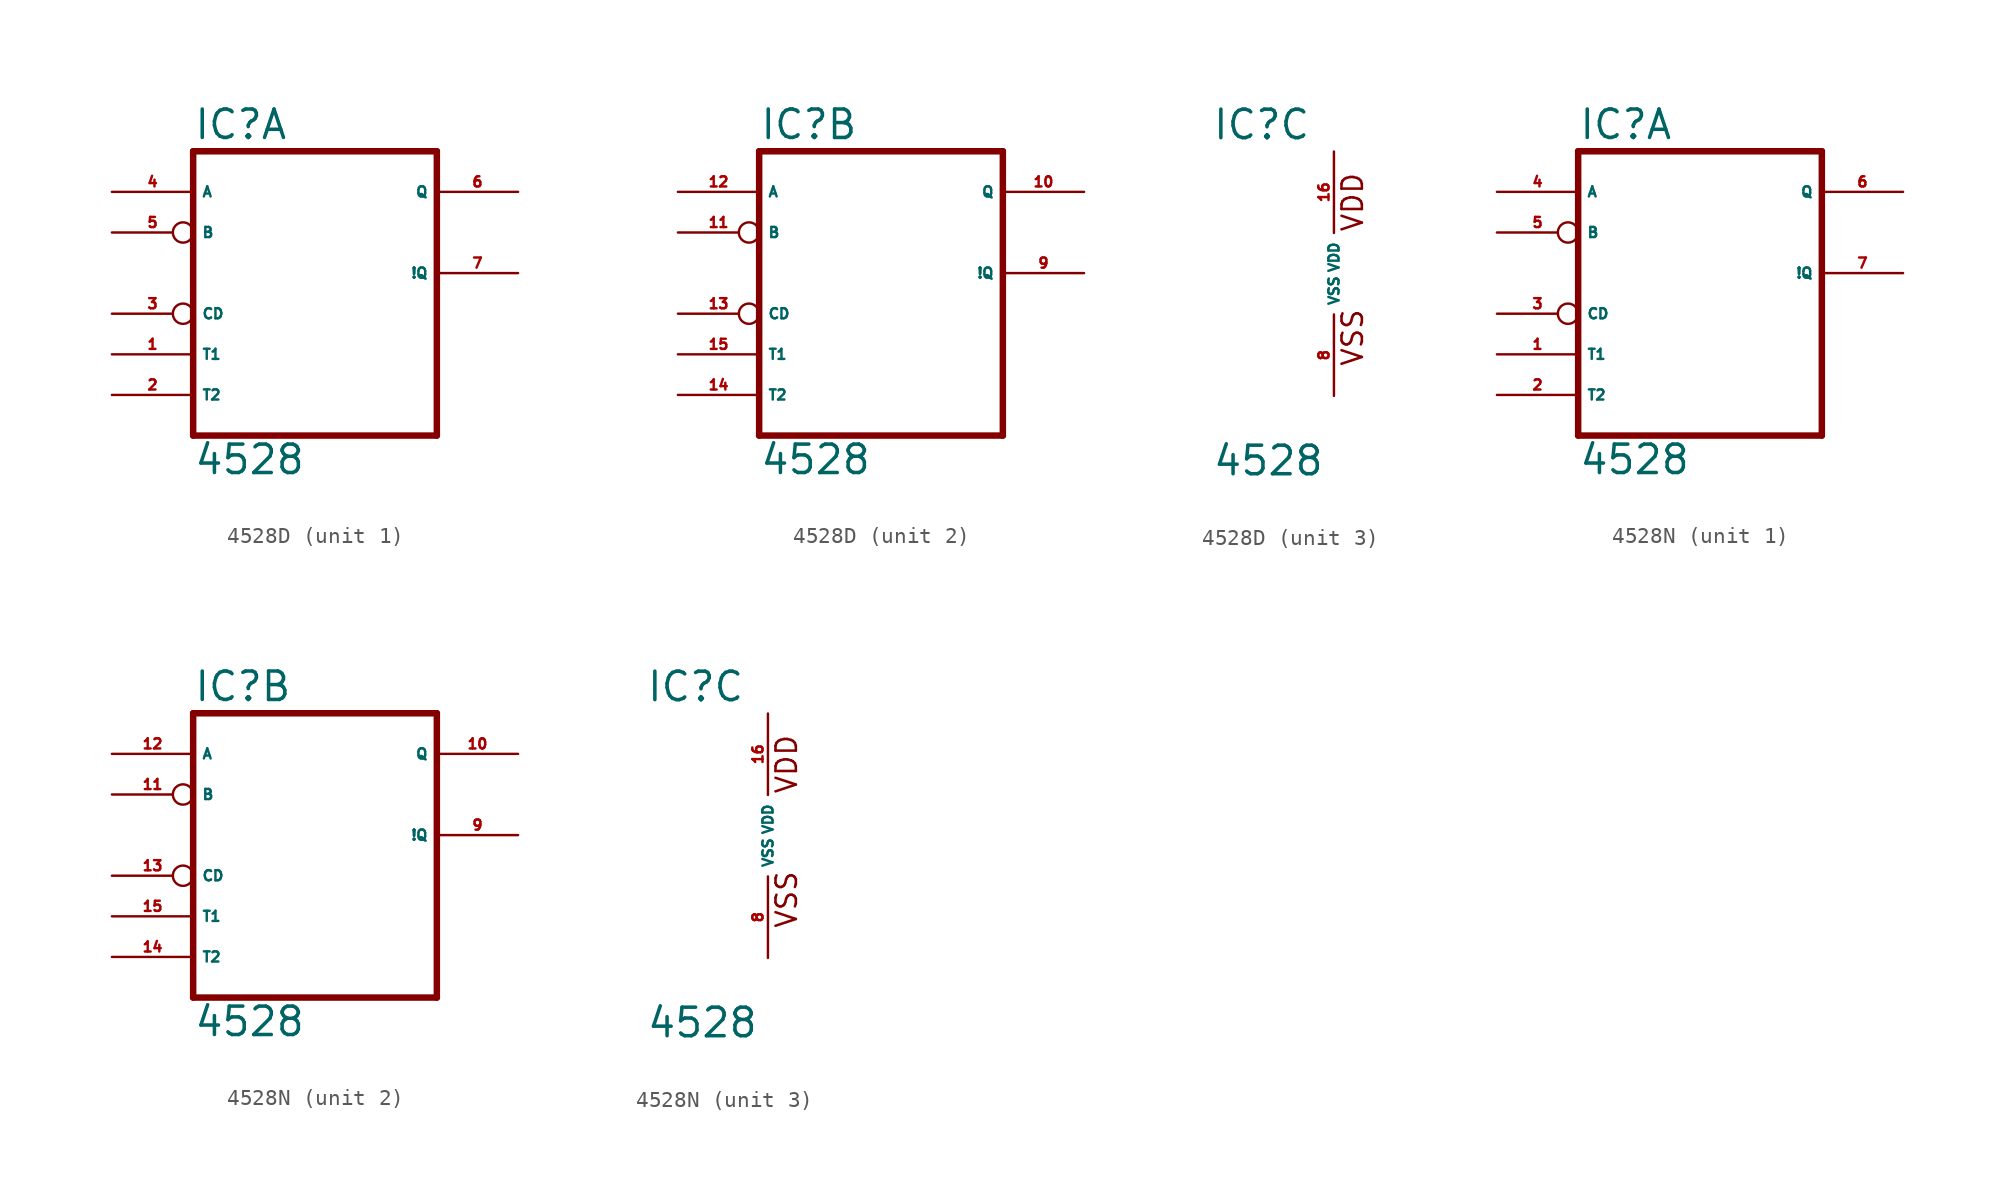
<source format=kicad_sym>
(kicad_symbol_lib
  (version 20220914)
  (generator Eagle2Kicad)
  (symbol "4528D"
    (property "Reference" "IC"
      (at -7.62 8.255 0)
      (effects (font (size 1.778 1.778) (thickness 0.22)) (justify left bottom)))
    (property "Value" "4528"
      (at -7.62 -12.7 0)
      (effects (font (size 1.778 1.778) (thickness 0.22)) (justify left bottom)))
    (symbol "4528D_1_0"
      (polyline (pts (xy -7.62 -10.16) (xy 7.62 -10.16)) (stroke (width 0.406) (type default)) (fill (type none)))
      (polyline (pts (xy 7.62 -10.16) (xy 7.62 7.62)) (stroke (width 0.406) (type default)) (fill (type none)))
      (polyline (pts (xy 7.62 7.62) (xy -7.62 7.62)) (stroke (width 0.406) (type default)) (fill (type none)))
      (polyline (pts (xy -7.62 -10.16) (xy -7.62 7.62)) (stroke (width 0.406) (type default)) (fill (type none)))
      (pin input line (at -12.7 5.08 0) (length 5.08) (name "A" (effects (font (size 0.635 0.635) (thickness 0.08)) (justify left bottom))) (number "4" (effects (font (size 0.635 0.635) (thickness 0.08)) (justify left bottom))))
      (pin input inverted (at -12.7 2.54 0) (length 5.08) (name "B" (effects (font (size 0.635 0.635) (thickness 0.08)) (justify left bottom))) (number "5" (effects (font (size 0.635 0.635) (thickness 0.08)) (justify left bottom))))
      (pin input inverted (at -12.7 -2.54 0) (length 5.08) (name "CD" (effects (font (size 0.635 0.635) (thickness 0.08)) (justify left bottom))) (number "3" (effects (font (size 0.635 0.635) (thickness 0.08)) (justify left bottom))))
      (pin input line (at -12.7 -5.08 0) (length 5.08) (name "T1" (effects (font (size 0.635 0.635) (thickness 0.08)) (justify left bottom))) (number "1" (effects (font (size 0.635 0.635) (thickness 0.08)) (justify left bottom))))
      (pin input line (at -12.7 -7.62 0) (length 5.08) (name "T2" (effects (font (size 0.635 0.635) (thickness 0.08)) (justify left bottom))) (number "2" (effects (font (size 0.635 0.635) (thickness 0.08)) (justify left bottom))))
      (pin output line (at 12.7 5.08 180) (length 5.08) (name "Q" (effects (font (size 0.635 0.635) (thickness 0.08)) (justify left bottom))) (number "6" (effects (font (size 0.635 0.635) (thickness 0.08)) (justify left bottom))))
      (pin output line (at 12.7 0 180) (length 5.08) (name "!Q" (effects (font (size 0.635 0.635) (thickness 0.08)) (justify left bottom))) (number "7" (effects (font (size 0.635 0.635) (thickness 0.08)) (justify left bottom)))))
    (symbol "4528D_2_0"
      (polyline (pts (xy -7.62 -10.16) (xy 7.62 -10.16)) (stroke (width 0.406) (type default)) (fill (type none)))
      (polyline (pts (xy 7.62 -10.16) (xy 7.62 7.62)) (stroke (width 0.406) (type default)) (fill (type none)))
      (polyline (pts (xy 7.62 7.62) (xy -7.62 7.62)) (stroke (width 0.406) (type default)) (fill (type none)))
      (polyline (pts (xy -7.62 -10.16) (xy -7.62 7.62)) (stroke (width 0.406) (type default)) (fill (type none)))
      (pin input line (at -12.7 5.08 0) (length 5.08) (name "A" (effects (font (size 0.635 0.635) (thickness 0.08)) (justify left bottom))) (number "12" (effects (font (size 0.635 0.635) (thickness 0.08)) (justify left bottom))))
      (pin input inverted (at -12.7 2.54 0) (length 5.08) (name "B" (effects (font (size 0.635 0.635) (thickness 0.08)) (justify left bottom))) (number "11" (effects (font (size 0.635 0.635) (thickness 0.08)) (justify left bottom))))
      (pin input inverted (at -12.7 -2.54 0) (length 5.08) (name "CD" (effects (font (size 0.635 0.635) (thickness 0.08)) (justify left bottom))) (number "13" (effects (font (size 0.635 0.635) (thickness 0.08)) (justify left bottom))))
      (pin input line (at -12.7 -5.08 0) (length 5.08) (name "T1" (effects (font (size 0.635 0.635) (thickness 0.08)) (justify left bottom))) (number "15" (effects (font (size 0.635 0.635) (thickness 0.08)) (justify left bottom))))
      (pin input line (at -12.7 -7.62 0) (length 5.08) (name "T2" (effects (font (size 0.635 0.635) (thickness 0.08)) (justify left bottom))) (number "14" (effects (font (size 0.635 0.635) (thickness 0.08)) (justify left bottom))))
      (pin output line (at 12.7 5.08 180) (length 5.08) (name "Q" (effects (font (size 0.635 0.635) (thickness 0.08)) (justify left bottom))) (number "10" (effects (font (size 0.635 0.635) (thickness 0.08)) (justify left bottom))))
      (pin output line (at 12.7 0 180) (length 5.08) (name "!Q" (effects (font (size 0.635 0.635) (thickness 0.08)) (justify left bottom))) (number "9" (effects (font (size 0.635 0.635) (thickness 0.08)) (justify left bottom)))))
    (symbol "4528D_3_0"
      (text "VDD" (at 1.905 2.54 900) (effects (font (size 1.27 1.27) (thickness 0.16)) (justify left bottom)))
      (text "VSS" (at 1.905 -5.842 900) (effects (font (size 1.27 1.27) (thickness 0.16)) (justify left bottom)))
      (pin unspecified line (at 0 -7.62 90) (length 5.08) (name "VSS" (effects (font (size 0.635 0.635) (thickness 0.08)) (justify left bottom))) (number "8" (effects (font (size 0.635 0.635) (thickness 0.08)) (justify left bottom))))
      (pin unspecified line (at 0 7.62 270) (length 5.08) (name "VDD" (effects (font (size 0.635 0.635) (thickness 0.08)) (justify left bottom))) (number "16" (effects (font (size 0.635 0.635) (thickness 0.08)) (justify left bottom))))))
  (symbol "4528N"
    (property "Reference" "IC"
      (at -7.62 8.255 0)
      (effects (font (size 1.778 1.778) (thickness 0.22)) (justify left bottom)))
    (property "Value" "4528"
      (at -7.62 -12.7 0)
      (effects (font (size 1.778 1.778) (thickness 0.22)) (justify left bottom)))
    (symbol "4528N_1_0"
      (polyline (pts (xy -7.62 -10.16) (xy 7.62 -10.16)) (stroke (width 0.406) (type default)) (fill (type none)))
      (polyline (pts (xy 7.62 -10.16) (xy 7.62 7.62)) (stroke (width 0.406) (type default)) (fill (type none)))
      (polyline (pts (xy 7.62 7.62) (xy -7.62 7.62)) (stroke (width 0.406) (type default)) (fill (type none)))
      (polyline (pts (xy -7.62 -10.16) (xy -7.62 7.62)) (stroke (width 0.406) (type default)) (fill (type none)))
      (pin input line (at -12.7 5.08 0) (length 5.08) (name "A" (effects (font (size 0.635 0.635) (thickness 0.08)) (justify left bottom))) (number "4" (effects (font (size 0.635 0.635) (thickness 0.08)) (justify left bottom))))
      (pin input inverted (at -12.7 2.54 0) (length 5.08) (name "B" (effects (font (size 0.635 0.635) (thickness 0.08)) (justify left bottom))) (number "5" (effects (font (size 0.635 0.635) (thickness 0.08)) (justify left bottom))))
      (pin input inverted (at -12.7 -2.54 0) (length 5.08) (name "CD" (effects (font (size 0.635 0.635) (thickness 0.08)) (justify left bottom))) (number "3" (effects (font (size 0.635 0.635) (thickness 0.08)) (justify left bottom))))
      (pin input line (at -12.7 -5.08 0) (length 5.08) (name "T1" (effects (font (size 0.635 0.635) (thickness 0.08)) (justify left bottom))) (number "1" (effects (font (size 0.635 0.635) (thickness 0.08)) (justify left bottom))))
      (pin input line (at -12.7 -7.62 0) (length 5.08) (name "T2" (effects (font (size 0.635 0.635) (thickness 0.08)) (justify left bottom))) (number "2" (effects (font (size 0.635 0.635) (thickness 0.08)) (justify left bottom))))
      (pin output line (at 12.7 5.08 180) (length 5.08) (name "Q" (effects (font (size 0.635 0.635) (thickness 0.08)) (justify left bottom))) (number "6" (effects (font (size 0.635 0.635) (thickness 0.08)) (justify left bottom))))
      (pin output line (at 12.7 0 180) (length 5.08) (name "!Q" (effects (font (size 0.635 0.635) (thickness 0.08)) (justify left bottom))) (number "7" (effects (font (size 0.635 0.635) (thickness 0.08)) (justify left bottom)))))
    (symbol "4528N_2_0"
      (polyline (pts (xy -7.62 -10.16) (xy 7.62 -10.16)) (stroke (width 0.406) (type default)) (fill (type none)))
      (polyline (pts (xy 7.62 -10.16) (xy 7.62 7.62)) (stroke (width 0.406) (type default)) (fill (type none)))
      (polyline (pts (xy 7.62 7.62) (xy -7.62 7.62)) (stroke (width 0.406) (type default)) (fill (type none)))
      (polyline (pts (xy -7.62 -10.16) (xy -7.62 7.62)) (stroke (width 0.406) (type default)) (fill (type none)))
      (pin input line (at -12.7 5.08 0) (length 5.08) (name "A" (effects (font (size 0.635 0.635) (thickness 0.08)) (justify left bottom))) (number "12" (effects (font (size 0.635 0.635) (thickness 0.08)) (justify left bottom))))
      (pin input inverted (at -12.7 2.54 0) (length 5.08) (name "B" (effects (font (size 0.635 0.635) (thickness 0.08)) (justify left bottom))) (number "11" (effects (font (size 0.635 0.635) (thickness 0.08)) (justify left bottom))))
      (pin input inverted (at -12.7 -2.54 0) (length 5.08) (name "CD" (effects (font (size 0.635 0.635) (thickness 0.08)) (justify left bottom))) (number "13" (effects (font (size 0.635 0.635) (thickness 0.08)) (justify left bottom))))
      (pin input line (at -12.7 -5.08 0) (length 5.08) (name "T1" (effects (font (size 0.635 0.635) (thickness 0.08)) (justify left bottom))) (number "15" (effects (font (size 0.635 0.635) (thickness 0.08)) (justify left bottom))))
      (pin input line (at -12.7 -7.62 0) (length 5.08) (name "T2" (effects (font (size 0.635 0.635) (thickness 0.08)) (justify left bottom))) (number "14" (effects (font (size 0.635 0.635) (thickness 0.08)) (justify left bottom))))
      (pin output line (at 12.7 5.08 180) (length 5.08) (name "Q" (effects (font (size 0.635 0.635) (thickness 0.08)) (justify left bottom))) (number "10" (effects (font (size 0.635 0.635) (thickness 0.08)) (justify left bottom))))
      (pin output line (at 12.7 0 180) (length 5.08) (name "!Q" (effects (font (size 0.635 0.635) (thickness 0.08)) (justify left bottom))) (number "9" (effects (font (size 0.635 0.635) (thickness 0.08)) (justify left bottom)))))
    (symbol "4528N_3_0"
      (text "VDD" (at 1.905 2.54 900) (effects (font (size 1.27 1.27) (thickness 0.16)) (justify left bottom)))
      (text "VSS" (at 1.905 -5.842 900) (effects (font (size 1.27 1.27) (thickness 0.16)) (justify left bottom)))
      (pin unspecified line (at 0 -7.62 90) (length 5.08) (name "VSS" (effects (font (size 0.635 0.635) (thickness 0.08)) (justify left bottom))) (number "8" (effects (font (size 0.635 0.635) (thickness 0.08)) (justify left bottom))))
      (pin unspecified line (at 0 7.62 270) (length 5.08) (name "VDD" (effects (font (size 0.635 0.635) (thickness 0.08)) (justify left bottom))) (number "16" (effects (font (size 0.635 0.635) (thickness 0.08)) (justify left bottom)))))))
</source>
